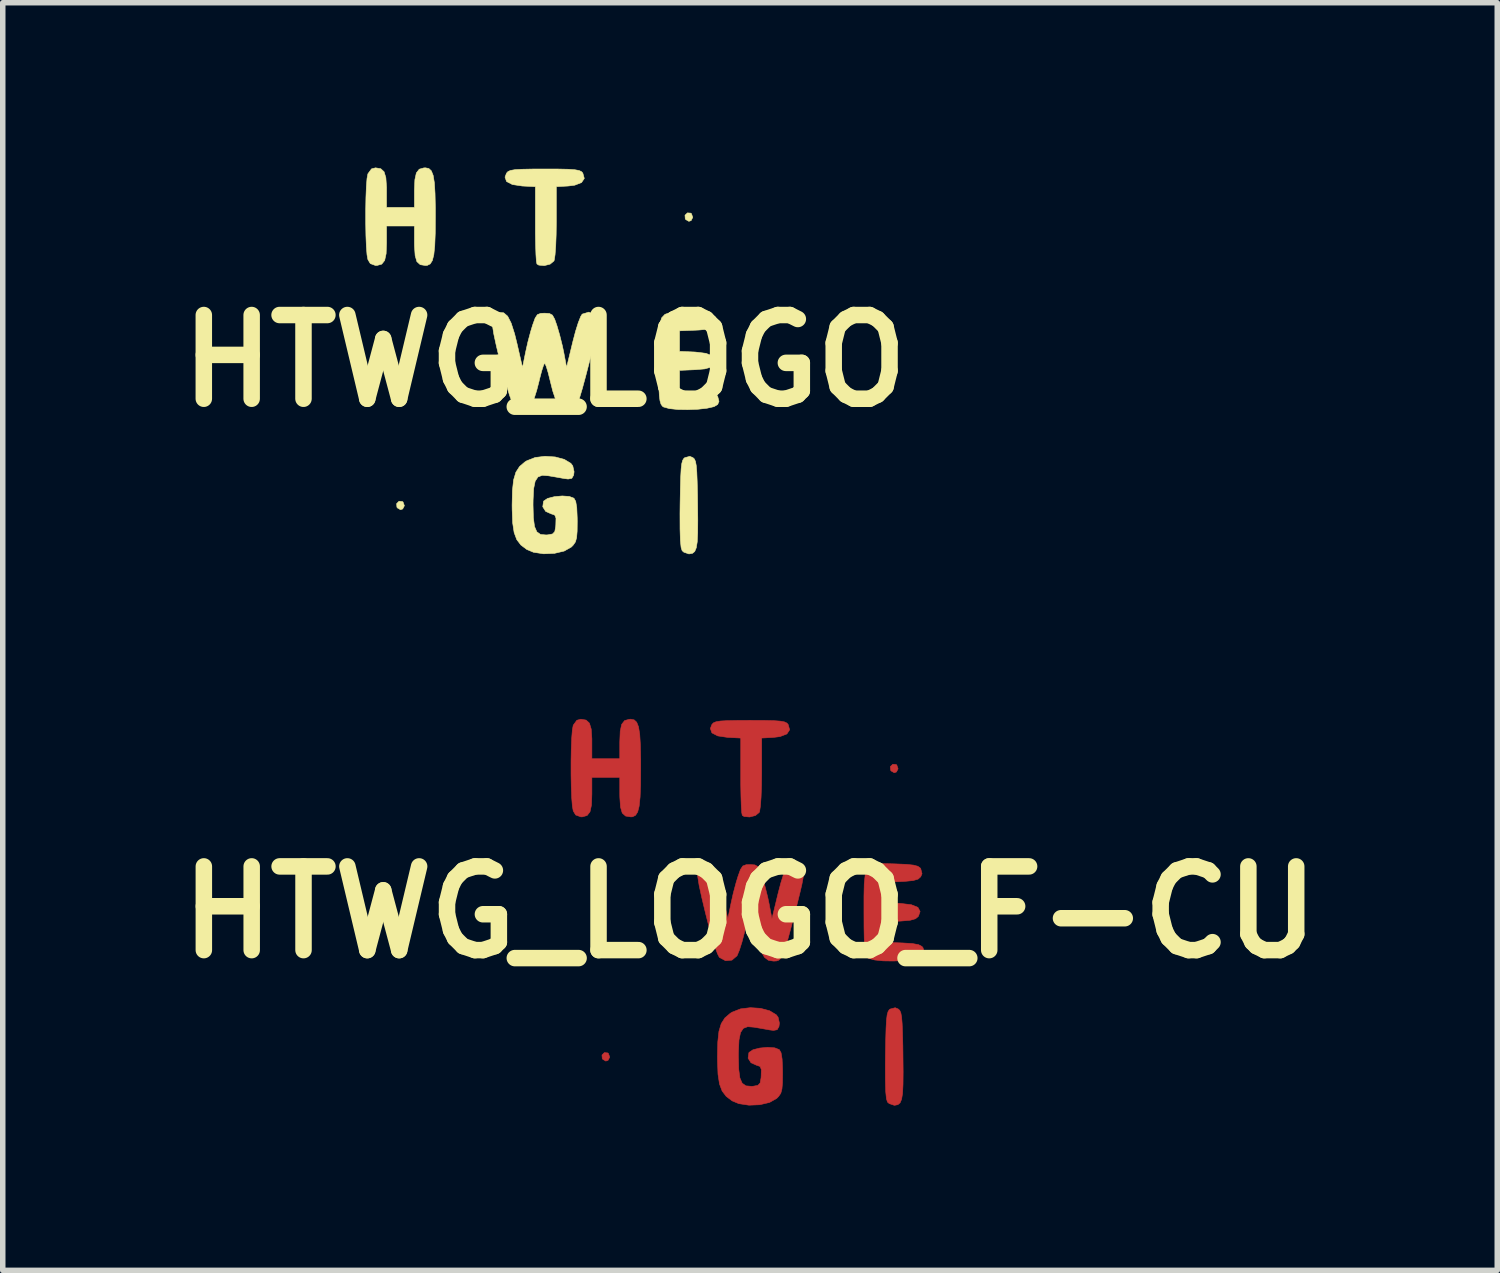
<source format=kicad_pcb>
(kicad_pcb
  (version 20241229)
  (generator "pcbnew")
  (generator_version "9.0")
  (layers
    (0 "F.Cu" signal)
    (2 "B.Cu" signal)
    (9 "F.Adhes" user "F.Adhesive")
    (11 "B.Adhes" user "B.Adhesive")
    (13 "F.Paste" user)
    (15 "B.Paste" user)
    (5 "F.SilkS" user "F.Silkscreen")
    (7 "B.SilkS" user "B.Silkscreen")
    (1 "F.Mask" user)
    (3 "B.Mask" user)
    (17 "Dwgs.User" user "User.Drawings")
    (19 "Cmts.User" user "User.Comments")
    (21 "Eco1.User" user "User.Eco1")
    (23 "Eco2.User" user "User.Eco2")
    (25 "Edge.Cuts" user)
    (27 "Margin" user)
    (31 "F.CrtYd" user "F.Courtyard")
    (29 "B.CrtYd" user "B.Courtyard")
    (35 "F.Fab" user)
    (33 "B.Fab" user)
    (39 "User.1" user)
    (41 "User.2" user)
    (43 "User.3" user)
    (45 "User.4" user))
  (footprint "HTWG_LOGO"
    (layer "F.Cu")
    (at 6.865 3.519)
    (property "Reference" "HTWG_LOGO" (at 0 0 0) (layer "F.SilkS") (effects (font (size 1.524 1.524) (thickness 0.3))))
    (attr through_hole)
    (fp_poly (pts (xy -2.589 2.561) (xy -2.578 2.57) (xy -2.554 2.637) (xy -2.585 2.696) (xy -2.625 2.709) (xy -2.679 2.678) (xy -2.69 2.663) (xy -2.695 2.599) (xy -2.651 2.555) (xy -2.589 2.561)) (stroke (width 0.01) (type solid)) (fill yes) (layer "F.SilkS"))
    (fp_poly (pts (xy 2.66 -2.689) (xy 2.672 -2.679) (xy 2.695 -2.612) (xy 2.665 -2.553) (xy 2.625 -2.54) (xy 2.57 -2.571) (xy 2.559 -2.586) (xy 2.554 -2.651) (xy 2.599 -2.694) (xy 2.66 -2.689)) (stroke (width 0.01) (type solid)) (fill yes) (layer "F.SilkS"))
    (fp_poly (pts (xy 2.699 1.762) (xy 2.725 1.786) (xy 2.745 1.831) (xy 2.759 1.906) (xy 2.769 2.025) (xy 2.776 2.198) (xy 2.782 2.437) (xy 2.784 2.603) (xy 2.787 2.904) (xy 2.785 3.131) (xy 2.777 3.295) (xy 2.759 3.404) (xy 2.731 3.47) (xy 2.691 3.503) (xy 2.637 3.513) (xy 2.625 3.514) (xy 2.534 3.483) (xy 2.502 3.455) (xy 2.483 3.395) (xy 2.47 3.266) (xy 2.464 3.062) (xy 2.463 2.781) (xy 2.465 2.603) (xy 2.47 2.321) (xy 2.476 2.113) (xy 2.484 1.966) (xy 2.496 1.868) (xy 2.513 1.808) (xy 2.535 1.774) (xy 2.551 1.762) (xy 2.642 1.738) (xy 2.699 1.762)) (stroke (width 0.01) (type solid)) (fill yes) (layer "F.SilkS"))
    (fp_poly (pts (xy 0.251 -3.492) (xy 0.43 -3.488) (xy 0.551 -3.479) (xy 0.627 -3.465) (xy 0.671 -3.444) (xy 0.694 -3.418) (xy 0.721 -3.321) (xy 0.671 -3.246) (xy 0.547 -3.198) (xy 0.43 -3.183) (xy 0.212 -3.171) (xy 0.212 -2.535) (xy 0.209 -2.299) (xy 0.201 -2.092) (xy 0.189 -1.932) (xy 0.174 -1.834) (xy 0.168 -1.818) (xy 0.099 -1.761) (xy -0.007 -1.734) (xy -0.107 -1.743) (xy -0.141 -1.764) (xy -0.151 -1.814) (xy -0.159 -1.933) (xy -0.165 -2.108) (xy -0.169 -2.323) (xy -0.169 -2.481) (xy -0.169 -3.171) (xy -0.408 -3.183) (xy -0.588 -3.21) (xy -0.694 -3.265) (xy -0.722 -3.345) (xy -0.694 -3.418) (xy -0.667 -3.447) (xy -0.62 -3.467) (xy -0.539 -3.481) (xy -0.412 -3.488) (xy -0.225 -3.492) (xy 0 -3.493) (xy 0.251 -3.492)) (stroke (width 0.01) (type solid)) (fill yes) (layer "F.SilkS"))
    (fp_poly (pts (xy -2.109 -3.502) (xy -2.063 -3.459) (xy -2.03 -3.376) (xy -2.008 -3.242) (xy -1.996 -3.049) (xy -1.99 -2.785) (xy -1.99 -2.625) (xy -1.992 -2.323) (xy -2.001 -2.096) (xy -2.018 -1.933) (xy -2.045 -1.826) (xy -2.084 -1.765) (xy -2.138 -1.738) (xy -2.171 -1.736) (xy -2.265 -1.751) (xy -2.326 -1.806) (xy -2.358 -1.915) (xy -2.37 -2.09) (xy -2.371 -2.146) (xy -2.371 -2.455) (xy -2.879 -2.455) (xy -2.879 -2.146) (xy -2.886 -1.952) (xy -2.913 -1.828) (xy -2.966 -1.761) (xy -3.051 -1.737) (xy -3.079 -1.736) (xy -3.174 -1.771) (xy -3.218 -1.844) (xy -3.234 -1.931) (xy -3.246 -2.083) (xy -3.254 -2.282) (xy -3.258 -2.509) (xy -3.258 -2.745) (xy -3.254 -2.972) (xy -3.246 -3.17) (xy -3.234 -3.321) (xy -3.218 -3.405) (xy -3.152 -3.495) (xy -3.079 -3.514) (xy -2.984 -3.498) (xy -2.924 -3.443) (xy -2.891 -3.335) (xy -2.879 -3.159) (xy -2.879 -3.103) (xy -2.879 -2.794) (xy -2.371 -2.794) (xy -2.371 -3.103) (xy -2.363 -3.297) (xy -2.336 -3.421) (xy -2.283 -3.489) (xy -2.198 -3.513) (xy -2.171 -3.514) (xy -2.109 -3.502)) (stroke (width 0.01) (type solid)) (fill yes) (layer "F.SilkS"))
    (fp_poly (pts (xy 2.585 -0.882) (xy 2.646 -0.88) (xy 2.846 -0.872) (xy 2.976 -0.858) (xy 3.055 -0.837) (xy 3.099 -0.805) (xy 3.107 -0.794) (xy 3.131 -0.702) (xy 3.107 -0.646) (xy 3.059 -0.603) (xy 2.968 -0.577) (xy 2.817 -0.562) (xy 2.758 -0.559) (xy 2.455 -0.547) (xy 2.455 -0.173) (xy 2.737 -0.161) (xy 2.936 -0.137) (xy 3.056 -0.089) (xy 3.096 -0.014) (xy 3.065 0.074) (xy 3.013 0.118) (xy 2.915 0.146) (xy 2.751 0.16) (xy 2.737 0.161) (xy 2.455 0.173) (xy 2.455 0.547) (xy 2.779 0.559) (xy 2.957 0.57) (xy 3.068 0.59) (xy 3.13 0.623) (xy 3.149 0.646) (xy 3.173 0.737) (xy 3.149 0.794) (xy 3.083 0.833) (xy 2.956 0.862) (xy 2.788 0.881) (xy 2.603 0.888) (xy 2.423 0.885) (xy 2.27 0.869) (xy 2.165 0.84) (xy 2.142 0.824) (xy 2.117 0.787) (xy 2.099 0.726) (xy 2.087 0.629) (xy 2.079 0.483) (xy 2.075 0.277) (xy 2.074 0.004) (xy 2.074 -0.294) (xy 2.079 -0.518) (xy 2.096 -0.678) (xy 2.13 -0.784) (xy 2.19 -0.847) (xy 2.281 -0.878) (xy 2.41 -0.886) (xy 2.585 -0.882)) (stroke (width 0.01) (type solid)) (fill yes) (layer "F.SilkS"))
    (fp_poly (pts (xy 0.191 1.749) (xy 0.356 1.793) (xy 0.476 1.865) (xy 0.511 1.911) (xy 0.535 2.018) (xy 0.527 2.08) (xy 0.494 2.138) (xy 0.427 2.151) (xy 0.356 2.142) (xy 0.205 2.115) (xy 0.07 2.092) (xy -0.043 2.083) (xy -0.122 2.113) (xy -0.173 2.19) (xy -0.201 2.326) (xy -0.211 2.532) (xy -0.212 2.625) (xy -0.206 2.856) (xy -0.185 3.015) (xy -0.143 3.112) (xy -0.075 3.16) (xy 0.026 3.169) (xy 0.058 3.167) (xy 0.143 3.151) (xy 0.184 3.108) (xy 0.201 3.013) (xy 0.203 2.977) (xy 0.206 2.863) (xy 0.184 2.808) (xy 0.128 2.787) (xy 0.123 2.787) (xy 0.018 2.74) (xy -0.035 2.656) (xy -0.021 2.558) (xy -0.017 2.551) (xy 0.054 2.503) (xy 0.177 2.472) (xy 0.319 2.459) (xy 0.449 2.468) (xy 0.533 2.501) (xy 0.565 2.558) (xy 0.584 2.672) (xy 0.592 2.854) (xy 0.593 2.919) (xy 0.591 3.1) (xy 0.581 3.218) (xy 0.56 3.295) (xy 0.521 3.352) (xy 0.485 3.389) (xy 0.355 3.462) (xy 0.177 3.504) (xy -0.019 3.512) (xy -0.204 3.484) (xy -0.326 3.433) (xy -0.433 3.352) (xy -0.508 3.254) (xy -0.556 3.125) (xy -0.583 2.948) (xy -0.592 2.707) (xy -0.593 2.625) (xy -0.587 2.362) (xy -0.566 2.168) (xy -0.524 2.027) (xy -0.457 1.923) (xy -0.36 1.84) (xy -0.326 1.819) (xy -0.174 1.759) (xy 0.006 1.737) (xy 0.191 1.749)) (stroke (width 0.01) (type solid)) (fill yes) (layer "F.SilkS"))
    (fp_poly (pts (xy 0.91 -0.842) (xy 0.945 -0.803) (xy 0.965 -0.763) (xy 0.973 -0.71) (xy 0.967 -0.63) (xy 0.945 -0.511) (xy 0.905 -0.34) (xy 0.846 -0.104) (xy 0.821 -0.009) (xy 0.745 0.284) (xy 0.685 0.505) (xy 0.637 0.665) (xy 0.597 0.772) (xy 0.56 0.839) (xy 0.522 0.873) (xy 0.479 0.887) (xy 0.425 0.889) (xy 0.334 0.874) (xy 0.263 0.82) (xy 0.203 0.716) (xy 0.147 0.549) (xy 0.102 0.37) (xy 0.064 0.217) (xy 0.029 0.102) (xy 0.004 0.045) (xy 0 0.042) (xy -0.021 0.08) (xy -0.054 0.182) (xy -0.092 0.326) (xy -0.102 0.37) (xy -0.146 0.54) (xy -0.193 0.688) (xy -0.233 0.785) (xy -0.238 0.794) (xy -0.33 0.872) (xy -0.446 0.882) (xy -0.557 0.822) (xy -0.559 0.82) (xy -0.592 0.756) (xy -0.64 0.625) (xy -0.697 0.439) (xy -0.76 0.214) (xy -0.811 0.014) (xy -0.88 -0.274) (xy -0.927 -0.492) (xy -0.952 -0.649) (xy -0.954 -0.756) (xy -0.934 -0.823) (xy -0.892 -0.862) (xy -0.828 -0.882) (xy -0.828 -0.882) (xy -0.746 -0.875) (xy -0.674 -0.813) (xy -0.61 -0.687) (xy -0.547 -0.49) (xy -0.505 -0.32) (xy -0.404 0.12) (xy -0.347 -0.159) (xy -0.305 -0.347) (xy -0.254 -0.538) (xy -0.219 -0.653) (xy -0.174 -0.778) (xy -0.132 -0.842) (xy -0.071 -0.865) (xy 0 -0.868) (xy 0.087 -0.862) (xy 0.141 -0.833) (xy 0.182 -0.759) (xy 0.222 -0.645) (xy 0.272 -0.474) (xy 0.322 -0.274) (xy 0.348 -0.151) (xy 0.399 0.119) (xy 0.512 -0.348) (xy 0.562 -0.538) (xy 0.612 -0.697) (xy 0.656 -0.808) (xy 0.683 -0.851) (xy 0.803 -0.887) (xy 0.91 -0.842)) (stroke (width 0.01) (type solid)) (fill yes) (layer "F.SilkS")))
  (footprint "HTWG_LOGO_F-CU"
    (layer "F.Cu")
    (at 10.603 13.556)
    (property "Reference" "HTWG_LOGO_F-CU" (at 0 0 0) (layer "F.SilkS") (effects (font (size 1.524 1.524) (thickness 0.3))))
    (attr through_hole)
    (fp_poly (pts (xy -2.589 2.561) (xy -2.578 2.57) (xy -2.554 2.637) (xy -2.585 2.696) (xy -2.625 2.709) (xy -2.679 2.678) (xy -2.69 2.663) (xy -2.695 2.599) (xy -2.651 2.555) (xy -2.589 2.561)) (stroke (width 0.01) (type solid)) (fill yes) (layer "F.Cu"))
    (fp_poly (pts (xy 2.66 -2.689) (xy 2.672 -2.679) (xy 2.695 -2.612) (xy 2.665 -2.553) (xy 2.625 -2.54) (xy 2.57 -2.571) (xy 2.559 -2.586) (xy 2.554 -2.651) (xy 2.599 -2.694) (xy 2.66 -2.689)) (stroke (width 0.01) (type solid)) (fill yes) (layer "F.Cu"))
    (fp_poly (pts (xy 2.699 1.762) (xy 2.725 1.786) (xy 2.745 1.831) (xy 2.759 1.906) (xy 2.769 2.025) (xy 2.776 2.198) (xy 2.782 2.437) (xy 2.784 2.603) (xy 2.787 2.904) (xy 2.785 3.131) (xy 2.777 3.295) (xy 2.759 3.404) (xy 2.731 3.47) (xy 2.691 3.503) (xy 2.637 3.513) (xy 2.625 3.514) (xy 2.534 3.483) (xy 2.502 3.455) (xy 2.483 3.395) (xy 2.47 3.266) (xy 2.464 3.062) (xy 2.463 2.781) (xy 2.465 2.603) (xy 2.47 2.321) (xy 2.476 2.113) (xy 2.484 1.966) (xy 2.496 1.868) (xy 2.513 1.808) (xy 2.535 1.774) (xy 2.551 1.762) (xy 2.642 1.738) (xy 2.699 1.762)) (stroke (width 0.01) (type solid)) (fill yes) (layer "F.Cu"))
    (fp_poly (pts (xy 0.251 -3.492) (xy 0.43 -3.488) (xy 0.551 -3.479) (xy 0.627 -3.465) (xy 0.671 -3.444) (xy 0.694 -3.418) (xy 0.721 -3.321) (xy 0.671 -3.246) (xy 0.547 -3.198) (xy 0.43 -3.183) (xy 0.212 -3.171) (xy 0.212 -2.535) (xy 0.209 -2.299) (xy 0.201 -2.092) (xy 0.189 -1.932) (xy 0.174 -1.834) (xy 0.168 -1.818) (xy 0.099 -1.761) (xy -0.007 -1.734) (xy -0.107 -1.743) (xy -0.141 -1.764) (xy -0.151 -1.814) (xy -0.159 -1.933) (xy -0.165 -2.108) (xy -0.169 -2.323) (xy -0.169 -2.481) (xy -0.169 -3.171) (xy -0.408 -3.183) (xy -0.588 -3.21) (xy -0.694 -3.265) (xy -0.722 -3.345) (xy -0.694 -3.418) (xy -0.667 -3.447) (xy -0.62 -3.467) (xy -0.539 -3.481) (xy -0.412 -3.488) (xy -0.225 -3.492) (xy 0 -3.493) (xy 0.251 -3.492)) (stroke (width 0.01) (type solid)) (fill yes) (layer "F.Cu"))
    (fp_poly (pts (xy -2.109 -3.502) (xy -2.063 -3.459) (xy -2.03 -3.376) (xy -2.008 -3.242) (xy -1.996 -3.049) (xy -1.99 -2.785) (xy -1.99 -2.625) (xy -1.992 -2.323) (xy -2.001 -2.096) (xy -2.018 -1.933) (xy -2.045 -1.826) (xy -2.084 -1.765) (xy -2.138 -1.738) (xy -2.171 -1.736) (xy -2.265 -1.751) (xy -2.326 -1.806) (xy -2.358 -1.915) (xy -2.37 -2.09) (xy -2.371 -2.146) (xy -2.371 -2.455) (xy -2.879 -2.455) (xy -2.879 -2.146) (xy -2.886 -1.952) (xy -2.913 -1.828) (xy -2.966 -1.761) (xy -3.051 -1.737) (xy -3.079 -1.736) (xy -3.174 -1.771) (xy -3.218 -1.844) (xy -3.234 -1.931) (xy -3.246 -2.083) (xy -3.254 -2.282) (xy -3.258 -2.509) (xy -3.258 -2.745) (xy -3.254 -2.972) (xy -3.246 -3.17) (xy -3.234 -3.321) (xy -3.218 -3.405) (xy -3.152 -3.495) (xy -3.079 -3.514) (xy -2.984 -3.498) (xy -2.924 -3.443) (xy -2.891 -3.335) (xy -2.879 -3.159) (xy -2.879 -3.103) (xy -2.879 -2.794) (xy -2.371 -2.794) (xy -2.371 -3.103) (xy -2.363 -3.297) (xy -2.336 -3.421) (xy -2.283 -3.489) (xy -2.198 -3.513) (xy -2.171 -3.514) (xy -2.109 -3.502)) (stroke (width 0.01) (type solid)) (fill yes) (layer "F.Cu"))
    (fp_poly (pts (xy 2.585 -0.882) (xy 2.646 -0.88) (xy 2.846 -0.872) (xy 2.976 -0.858) (xy 3.055 -0.837) (xy 3.099 -0.805) (xy 3.107 -0.794) (xy 3.131 -0.702) (xy 3.107 -0.646) (xy 3.059 -0.603) (xy 2.968 -0.577) (xy 2.817 -0.562) (xy 2.758 -0.559) (xy 2.455 -0.547) (xy 2.455 -0.173) (xy 2.737 -0.161) (xy 2.936 -0.137) (xy 3.056 -0.089) (xy 3.096 -0.014) (xy 3.065 0.074) (xy 3.013 0.118) (xy 2.915 0.146) (xy 2.751 0.16) (xy 2.737 0.161) (xy 2.455 0.173) (xy 2.455 0.547) (xy 2.779 0.559) (xy 2.957 0.57) (xy 3.068 0.59) (xy 3.13 0.623) (xy 3.149 0.646) (xy 3.173 0.737) (xy 3.149 0.794) (xy 3.083 0.833) (xy 2.956 0.862) (xy 2.788 0.881) (xy 2.603 0.888) (xy 2.423 0.885) (xy 2.27 0.869) (xy 2.165 0.84) (xy 2.142 0.824) (xy 2.117 0.787) (xy 2.099 0.726) (xy 2.087 0.629) (xy 2.079 0.483) (xy 2.075 0.277) (xy 2.074 0.004) (xy 2.074 -0.294) (xy 2.079 -0.518) (xy 2.096 -0.678) (xy 2.13 -0.784) (xy 2.19 -0.847) (xy 2.281 -0.878) (xy 2.41 -0.886) (xy 2.585 -0.882)) (stroke (width 0.01) (type solid)) (fill yes) (layer "F.Cu"))
    (fp_poly (pts (xy 0.191 1.749) (xy 0.356 1.793) (xy 0.476 1.865) (xy 0.511 1.911) (xy 0.535 2.018) (xy 0.527 2.08) (xy 0.494 2.138) (xy 0.427 2.151) (xy 0.356 2.142) (xy 0.205 2.115) (xy 0.07 2.092) (xy -0.043 2.083) (xy -0.122 2.113) (xy -0.173 2.19) (xy -0.201 2.326) (xy -0.211 2.532) (xy -0.212 2.625) (xy -0.206 2.856) (xy -0.185 3.015) (xy -0.143 3.112) (xy -0.075 3.16) (xy 0.026 3.169) (xy 0.058 3.167) (xy 0.143 3.151) (xy 0.184 3.108) (xy 0.201 3.013) (xy 0.203 2.977) (xy 0.206 2.863) (xy 0.184 2.808) (xy 0.128 2.787) (xy 0.123 2.787) (xy 0.018 2.74) (xy -0.035 2.656) (xy -0.021 2.558) (xy -0.017 2.551) (xy 0.054 2.503) (xy 0.177 2.472) (xy 0.319 2.459) (xy 0.449 2.468) (xy 0.533 2.501) (xy 0.565 2.558) (xy 0.584 2.672) (xy 0.592 2.854) (xy 0.593 2.919) (xy 0.591 3.1) (xy 0.581 3.218) (xy 0.56 3.295) (xy 0.521 3.352) (xy 0.485 3.389) (xy 0.355 3.462) (xy 0.177 3.504) (xy -0.019 3.512) (xy -0.204 3.484) (xy -0.326 3.433) (xy -0.433 3.352) (xy -0.508 3.254) (xy -0.556 3.125) (xy -0.583 2.948) (xy -0.592 2.707) (xy -0.593 2.625) (xy -0.587 2.362) (xy -0.566 2.168) (xy -0.524 2.027) (xy -0.457 1.923) (xy -0.36 1.84) (xy -0.326 1.819) (xy -0.174 1.759) (xy 0.006 1.737) (xy 0.191 1.749)) (stroke (width 0.01) (type solid)) (fill yes) (layer "F.Cu"))
    (fp_poly (pts (xy 0.91 -0.842) (xy 0.945 -0.803) (xy 0.965 -0.763) (xy 0.973 -0.71) (xy 0.967 -0.63) (xy 0.945 -0.511) (xy 0.905 -0.34) (xy 0.846 -0.104) (xy 0.821 -0.009) (xy 0.745 0.284) (xy 0.685 0.505) (xy 0.637 0.665) (xy 0.597 0.772) (xy 0.56 0.839) (xy 0.522 0.873) (xy 0.479 0.887) (xy 0.425 0.889) (xy 0.334 0.874) (xy 0.263 0.82) (xy 0.203 0.716) (xy 0.147 0.549) (xy 0.102 0.37) (xy 0.064 0.217) (xy 0.029 0.102) (xy 0.004 0.045) (xy 0 0.042) (xy -0.021 0.08) (xy -0.054 0.182) (xy -0.092 0.326) (xy -0.102 0.37) (xy -0.146 0.54) (xy -0.193 0.688) (xy -0.233 0.785) (xy -0.238 0.794) (xy -0.33 0.872) (xy -0.446 0.882) (xy -0.557 0.822) (xy -0.559 0.82) (xy -0.592 0.756) (xy -0.64 0.625) (xy -0.697 0.439) (xy -0.76 0.214) (xy -0.811 0.014) (xy -0.88 -0.274) (xy -0.927 -0.492) (xy -0.952 -0.649) (xy -0.954 -0.756) (xy -0.934 -0.823) (xy -0.892 -0.862) (xy -0.828 -0.882) (xy -0.828 -0.882) (xy -0.746 -0.875) (xy -0.674 -0.813) (xy -0.61 -0.687) (xy -0.547 -0.49) (xy -0.505 -0.32) (xy -0.404 0.12) (xy -0.347 -0.159) (xy -0.305 -0.347) (xy -0.254 -0.538) (xy -0.219 -0.653) (xy -0.174 -0.778) (xy -0.132 -0.842) (xy -0.071 -0.865) (xy 0 -0.868) (xy 0.087 -0.862) (xy 0.141 -0.833) (xy 0.182 -0.759) (xy 0.222 -0.645) (xy 0.272 -0.474) (xy 0.322 -0.274) (xy 0.348 -0.151) (xy 0.399 0.119) (xy 0.512 -0.348) (xy 0.562 -0.538) (xy 0.612 -0.697) (xy 0.656 -0.808) (xy 0.683 -0.851) (xy 0.803 -0.887) (xy 0.91 -0.842)) (stroke (width 0.01) (type solid)) (fill yes) (layer "F.Cu")))
  (gr_rect
    (start -3 -3)
    (end 24.205 20.075)
    (stroke (width 0.1) (type default))
    (fill no)
    (layer "Edge.Cuts")))
</source>
